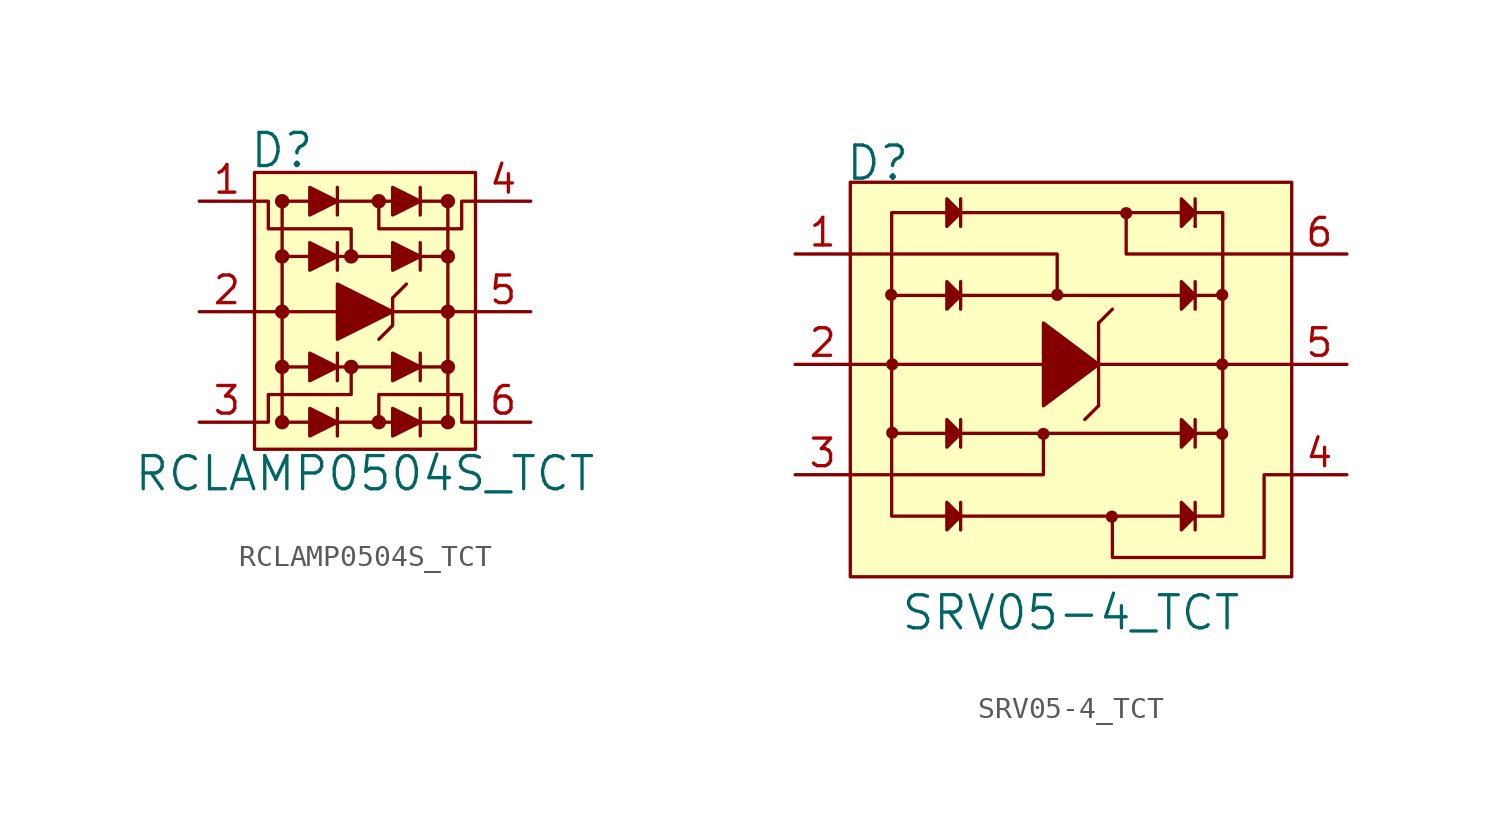
<source format=kicad_sym>
(kicad_symbol_lib
  (version 20220914)
  (generator kicad_symbol_editor)
  (symbol "RCLAMP0504S_TCT"
    (pin_names
      (offset 1.016))
    (property "Reference" "D"
      (at -5.334 7.417 0)
      (effects (font (size 1.524 1.524)) (justify left)))
    (property "Value" "RCLAMP0504S_TCT"
      (at 0 -7.442 0)
      (effects (font (size 1.524 1.524))))
    (symbol "RCLAMP0504S_TCT_0_1"
      (rectangle (start -5.08 6.401) (end 5.08 -6.325) (stroke (width 0) (type default)) (fill (type background)))
      (circle (center -3.81 -5.08) (radius 0.254) (stroke (width 0) (type default)) (fill (type outline)))
      (circle (center -3.81 -2.54) (radius 0.254) (stroke (width 0) (type default)) (fill (type outline)))
      (circle (center -3.81 0) (radius 0.254) (stroke (width 0) (type default)) (fill (type outline)))
      (circle (center -3.81 2.54) (radius 0.254) (stroke (width 0) (type default)) (fill (type outline)))
      (circle (center -3.81 5.08) (radius 0.254) (stroke (width 0) (type default)) (fill (type outline)))
      (circle (center -0.635 -2.54) (radius 0.254) (stroke (width 0) (type default)) (fill (type outline)))
      (circle (center -0.635 2.54) (radius 0.254) (stroke (width 0) (type default)) (fill (type outline)))
      (polyline (pts (xy -1.27 -5.08) (xy 1.27 -5.08)) (stroke (width 0) (type default)) (fill (type none)))
      (polyline (pts (xy -1.27 -4.445) (xy -1.27 -5.715)) (stroke (width 0) (type default)) (fill (type none)))
      (polyline (pts (xy -1.27 -2.54) (xy 1.27 -2.54)) (stroke (width 0) (type default)) (fill (type none)))
      (polyline (pts (xy -1.27 -1.905) (xy -1.27 -3.175)) (stroke (width 0) (type default)) (fill (type none)))
      (polyline (pts (xy -1.27 0) (xy -5.08 0)) (stroke (width 0) (type default)) (fill (type none)))
      (polyline (pts (xy -1.27 2.54) (xy 1.27 2.54)) (stroke (width 0) (type default)) (fill (type none)))
      (polyline (pts (xy -1.27 3.175) (xy -1.27 1.905)) (stroke (width 0) (type default)) (fill (type none)))
      (polyline (pts (xy -1.27 5.08) (xy 1.27 5.08)) (stroke (width 0) (type default)) (fill (type none)))
      (polyline (pts (xy -1.27 5.715) (xy -1.27 4.445)) (stroke (width 0) (type default)) (fill (type none)))
      (polyline (pts (xy 1.27 0) (xy 5.08 0)) (stroke (width 0) (type default)) (fill (type none)))
      (polyline (pts (xy 2.54 -4.445) (xy 2.54 -5.715)) (stroke (width 0) (type default)) (fill (type none)))
      (polyline (pts (xy 2.54 -1.905) (xy 2.54 -3.175)) (stroke (width 0) (type default)) (fill (type none)))
      (polyline (pts (xy 2.54 3.175) (xy 2.54 1.905)) (stroke (width 0) (type default)) (fill (type none)))
      (polyline (pts (xy 2.54 5.715) (xy 2.54 4.445)) (stroke (width 0) (type default)) (fill (type none)))
      (polyline (pts (xy -3.81 -2.54) (xy -3.81 -5.08) (xy -2.54 -5.08)) (stroke (width 0) (type default)) (fill (type none)))
      (polyline (pts (xy -3.81 2.54) (xy -3.81 -2.54) (xy -2.54 -2.54)) (stroke (width 0) (type default)) (fill (type none)))
      (polyline (pts (xy 3.81 -2.54) (xy 3.81 -5.08) (xy 2.54 -5.08)) (stroke (width 0) (type default)) (fill (type none)))
      (polyline (pts (xy 3.81 2.54) (xy 3.81 -2.54) (xy 2.54 -2.54)) (stroke (width 0) (type default)) (fill (type none)))
      (polyline (pts (xy -2.54 -4.445) (xy -2.54 -5.715) (xy -1.27 -5.08) (xy -2.54 -4.445)) (stroke (width 0) (type default)) (fill (type outline)))
      (polyline (pts (xy -2.54 -1.905) (xy -2.54 -3.175) (xy -1.27 -2.54) (xy -2.54 -1.905)) (stroke (width 0) (type default)) (fill (type outline)))
      (polyline (pts (xy -2.54 3.175) (xy -2.54 1.905) (xy -1.27 2.54) (xy -2.54 3.175)) (stroke (width 0) (type default)) (fill (type outline)))
      (polyline (pts (xy -2.54 5.08) (xy -3.81 5.08) (xy -3.81 2.54) (xy -2.54 2.54)) (stroke (width 0) (type default)) (fill (type none)))
      (polyline (pts (xy -2.54 5.715) (xy -2.54 4.445) (xy -1.27 5.08) (xy -2.54 5.715)) (stroke (width 0) (type default)) (fill (type outline)))
      (polyline (pts (xy -1.27 1.27) (xy -1.27 -1.27) (xy 1.27 0) (xy -1.27 1.27)) (stroke (width 0) (type default)) (fill (type outline)))
      (polyline (pts (xy 1.27 -4.445) (xy 1.27 -5.715) (xy 2.54 -5.08) (xy 1.27 -4.445)) (stroke (width 0) (type default)) (fill (type outline)))
      (polyline (pts (xy 1.27 -1.905) (xy 1.27 -3.175) (xy 2.54 -2.54) (xy 1.27 -1.905)) (stroke (width 0) (type default)) (fill (type outline)))
      (polyline (pts (xy 1.27 3.175) (xy 1.27 1.905) (xy 2.54 2.54) (xy 1.27 3.175)) (stroke (width 0) (type default)) (fill (type outline)))
      (polyline (pts (xy 1.27 5.715) (xy 1.27 4.445) (xy 2.54 5.08) (xy 1.27 5.715)) (stroke (width 0) (type default)) (fill (type outline)))
      (polyline (pts (xy 1.905 1.27) (xy 1.27 0.635) (xy 1.27 -0.635) (xy 0.635 -1.27)) (stroke (width 0) (type default)) (fill (type none)))
      (polyline (pts (xy 2.54 5.08) (xy 3.81 5.08) (xy 3.81 2.54) (xy 2.54 2.54)) (stroke (width 0) (type default)) (fill (type none)))
      (polyline (pts (xy -5.08 5.08) (xy -4.445 5.08) (xy -4.445 3.81) (xy -0.635 3.81) (xy -0.635 2.54)) (stroke (width 0) (type default)) (fill (type none)))
      (polyline (pts (xy -0.635 -2.54) (xy -0.635 -3.81) (xy -4.445 -3.81) (xy -4.445 -5.08) (xy -5.08 -5.08)) (stroke (width 0) (type default)) (fill (type none)))
      (polyline (pts (xy 0.635 -5.08) (xy 0.635 -3.81) (xy 4.445 -3.81) (xy 4.445 -5.08) (xy 5.08 -5.08)) (stroke (width 0) (type default)) (fill (type none)))
      (polyline (pts (xy 0.635 5.08) (xy 0.635 3.81) (xy 4.445 3.81) (xy 4.445 5.08) (xy 5.08 5.08)) (stroke (width 0) (type default)) (fill (type none)))
      (circle (center 0.635 -5.08) (radius 0.254) (stroke (width 0) (type default)) (fill (type outline)))
      (circle (center 0.635 5.08) (radius 0.254) (stroke (width 0) (type default)) (fill (type outline)))
      (circle (center 3.81 -5.08) (radius 0.254) (stroke (width 0) (type default)) (fill (type outline)))
      (circle (center 3.81 -2.54) (radius 0.254) (stroke (width 0) (type default)) (fill (type outline)))
      (circle (center 3.81 0) (radius 0.254) (stroke (width 0) (type default)) (fill (type outline)))
      (circle (center 3.81 2.54) (radius 0.254) (stroke (width 0) (type default)) (fill (type outline)))
      (circle (center 3.81 5.08) (radius 0.254) (stroke (width 0) (type default)) (fill (type outline))))
    (symbol "RCLAMP0504S_TCT_1_1"
      (pin input line (at -7.62 5.08 0) (length 2.54) (name "~" (effects (font (size 1.27 1.27)))) (number "1" (effects (font (size 1.27 1.27)))))
      (pin input line (at -7.62 0 0) (length 2.54) (name "~" (effects (font (size 1.27 1.27)))) (number "2" (effects (font (size 1.27 1.27)))))
      (pin input line (at -7.62 -5.08 0) (length 2.54) (name "~" (effects (font (size 1.27 1.27)))) (number "3" (effects (font (size 1.27 1.27)))))
      (pin output line (at 7.62 5.08 180) (length 2.54) (name "~" (effects (font (size 1.27 1.27)))) (number "4" (effects (font (size 1.27 1.27)))))
      (pin output line (at 7.62 0 180) (length 2.54) (name "~" (effects (font (size 1.27 1.27)))) (number "5" (effects (font (size 1.27 1.27)))))
      (pin output line (at 7.62 -5.08 180) (length 2.54) (name "~" (effects (font (size 1.27 1.27)))) (number "6" (effects (font (size 1.27 1.27)))))))
  (symbol "SRV05-4_TCT"
    (pin_names
      (offset 1.016))
    (property "Reference" "D"
      (at -10.414 9.271 0)
      (effects (font (size 1.524 1.524)) (justify left)))
    (property "Value" "SRV05-4_TCT"
      (at 0 -11.43 0)
      (effects (font (size 1.524 1.524))))
    (symbol "SRV05-4_TCT_0_1"
      (rectangle (start -10.16 8.382) (end 10.16 -9.779) (stroke (width 0) (type default)) (fill (type background)))
      (circle (center -8.28 3.2) (radius 0.203) (stroke (width 0) (type default)) (fill (type outline)))
      (circle (center -8.23 -3.15) (radius 0.203) (stroke (width 0) (type default)) (fill (type outline)))
      (circle (center -8.23 0) (radius 0.203) (stroke (width 0) (type default)) (fill (type outline)))
      (circle (center -1.27 -3.2) (radius 0.203) (stroke (width 0) (type default)) (fill (type outline)))
      (circle (center -0.635 3.2) (radius 0.203) (stroke (width 0) (type default)) (fill (type outline)))
      (polyline (pts (xy -5.715 -3.175) (xy -8.255 -3.175)) (stroke (width 0) (type default)) (fill (type none)))
      (polyline (pts (xy -5.715 3.175) (xy -8.255 3.175)) (stroke (width 0) (type default)) (fill (type none)))
      (polyline (pts (xy -5.08 -6.985) (xy 5.08 -6.985)) (stroke (width 0) (type default)) (fill (type none)))
      (polyline (pts (xy -5.08 -6.35) (xy -5.08 -7.62)) (stroke (width 0) (type default)) (fill (type none)))
      (polyline (pts (xy -5.08 -3.175) (xy 5.08 -3.175)) (stroke (width 0) (type default)) (fill (type none)))
      (polyline (pts (xy -5.08 -2.54) (xy -5.08 -3.81)) (stroke (width 0) (type default)) (fill (type none)))
      (polyline (pts (xy -5.08 3.175) (xy 5.08 3.175)) (stroke (width 0) (type default)) (fill (type none)))
      (polyline (pts (xy -5.08 3.81) (xy -5.08 2.54)) (stroke (width 0) (type default)) (fill (type none)))
      (polyline (pts (xy -5.08 6.985) (xy 5.08 6.985)) (stroke (width 0) (type default)) (fill (type none)))
      (polyline (pts (xy -5.08 7.62) (xy -5.08 6.35)) (stroke (width 0) (type default)) (fill (type none)))
      (polyline (pts (xy 1.27 -1.905) (xy 0.635 -2.54)) (stroke (width 0) (type default)) (fill (type none)))
      (polyline (pts (xy 1.27 1.905) (xy 1.27 -1.905)) (stroke (width 0) (type default)) (fill (type none)))
      (polyline (pts (xy 1.27 1.905) (xy 1.905 2.54)) (stroke (width 0) (type default)) (fill (type none)))
      (polyline (pts (xy 5.715 -6.35) (xy 5.715 -7.62)) (stroke (width 0) (type default)) (fill (type none)))
      (polyline (pts (xy 5.715 -3.175) (xy 6.985 -3.175)) (stroke (width 0) (type default)) (fill (type none)))
      (polyline (pts (xy 5.715 -2.54) (xy 5.715 -3.81)) (stroke (width 0) (type default)) (fill (type none)))
      (polyline (pts (xy 5.715 3.175) (xy 6.985 3.175)) (stroke (width 0) (type default)) (fill (type none)))
      (polyline (pts (xy 5.715 3.81) (xy 5.715 2.54)) (stroke (width 0) (type default)) (fill (type none)))
      (polyline (pts (xy 5.715 6.35) (xy 5.715 6.35)) (stroke (width 0) (type default)) (fill (type none)))
      (polyline (pts (xy 5.715 7.62) (xy 5.715 6.35)) (stroke (width 0) (type default)) (fill (type none)))
      (polyline (pts (xy 6.985 0) (xy 1.27 0)) (stroke (width 0) (type default)) (fill (type none)))
      (polyline (pts (xy 6.985 3.175) (xy 6.985 3.175)) (stroke (width 0) (type default)) (fill (type none)))
      (polyline (pts (xy 10.16 0) (xy 6.985 0)) (stroke (width 0) (type default)) (fill (type none)))
      (polyline (pts (xy -10.16 -5.08) (xy -1.27 -5.08) (xy -1.27 -3.175)) (stroke (width 0) (type default)) (fill (type none)))
      (polyline (pts (xy -10.16 0) (xy -8.255 0) (xy -1.27 0)) (stroke (width 0) (type default)) (fill (type none)))
      (polyline (pts (xy -10.16 5.08) (xy -0.635 5.08) (xy -0.635 3.175)) (stroke (width 0) (type default)) (fill (type none)))
      (polyline (pts (xy 10.16 5.08) (xy 2.54 5.08) (xy 2.54 6.985)) (stroke (width 0) (type default)) (fill (type none)))
      (polyline (pts (xy -5.715 -6.35) (xy -5.715 -7.62) (xy -5.08 -6.985) (xy -5.715 -6.35)) (stroke (width 0) (type default)) (fill (type outline)))
      (polyline (pts (xy -5.715 -2.54) (xy -5.715 -3.81) (xy -5.08 -3.175) (xy -5.715 -2.54)) (stroke (width 0) (type default)) (fill (type outline)))
      (polyline (pts (xy -5.715 3.81) (xy -5.715 2.54) (xy -5.08 3.175) (xy -5.715 3.81)) (stroke (width 0) (type default)) (fill (type outline)))
      (polyline (pts (xy -5.715 6.985) (xy -8.255 6.985) (xy -8.255 -6.985) (xy -5.715 -6.985)) (stroke (width 0) (type default)) (fill (type none)))
      (polyline (pts (xy -5.715 7.62) (xy -5.715 6.35) (xy -5.08 6.985) (xy -5.715 7.62)) (stroke (width 0) (type default)) (fill (type outline)))
      (polyline (pts (xy -1.27 1.905) (xy -1.27 -1.905) (xy 1.27 0) (xy -1.27 1.905)) (stroke (width 0) (type default)) (fill (type outline)))
      (polyline (pts (xy 5.08 -6.35) (xy 5.08 -7.62) (xy 5.715 -6.985) (xy 5.08 -6.35)) (stroke (width 0) (type default)) (fill (type outline)))
      (polyline (pts (xy 5.08 -2.54) (xy 5.08 -3.81) (xy 5.715 -3.175) (xy 5.08 -2.54)) (stroke (width 0) (type default)) (fill (type outline)))
      (polyline (pts (xy 5.08 3.81) (xy 5.08 2.54) (xy 5.715 3.175) (xy 5.08 3.81)) (stroke (width 0) (type default)) (fill (type outline)))
      (polyline (pts (xy 5.08 7.62) (xy 5.08 6.35) (xy 5.715 6.985) (xy 5.08 7.62)) (stroke (width 0) (type default)) (fill (type outline)))
      (polyline (pts (xy 5.715 6.985) (xy 6.985 6.985) (xy 6.985 -6.985) (xy 5.715 -6.985)) (stroke (width 0) (type default)) (fill (type none)))
      (polyline (pts (xy 10.16 -5.08) (xy 8.89 -5.08) (xy 8.89 -8.89) (xy 1.905 -8.89) (xy 1.905 -6.985)) (stroke (width 0) (type default)) (fill (type none)))
      (circle (center 1.88 -7.01) (radius 0.203) (stroke (width 0) (type default)) (fill (type outline)))
      (circle (center 2.54 6.96) (radius 0.203) (stroke (width 0) (type default)) (fill (type outline)))
      (circle (center 6.96 -3.2) (radius 0.203) (stroke (width 0) (type default)) (fill (type outline)))
      (circle (center 6.96 0) (radius 0.203) (stroke (width 0) (type default)) (fill (type outline)))
      (circle (center 6.96 3.2) (radius 0.203) (stroke (width 0) (type default)) (fill (type outline))))
    (symbol "SRV05-4_TCT_1_1"
      (pin passive line (at -12.7 5.08 0) (length 2.54) (name "~" (effects (font (size 1.27 1.27)))) (number "1" (effects (font (size 1.27 1.27)))))
      (pin passive line (at -12.7 0 0) (length 2.54) (name "~" (effects (font (size 1.27 1.27)))) (number "2" (effects (font (size 1.27 1.27)))))
      (pin passive line (at -12.7 -5.08 0) (length 2.54) (name "~" (effects (font (size 1.27 1.27)))) (number "3" (effects (font (size 1.27 1.27)))))
      (pin passive line (at 12.7 -5.08 180) (length 2.54) (name "~" (effects (font (size 1.27 1.27)))) (number "4" (effects (font (size 1.27 1.27)))))
      (pin passive line (at 12.7 0 180) (length 2.54) (name "~" (effects (font (size 1.27 1.27)))) (number "5" (effects (font (size 1.27 1.27)))))
      (pin passive line (at 12.7 5.08 180) (length 2.54) (name "~" (effects (font (size 1.27 1.27)))) (number "6" (effects (font (size 1.27 1.27))))))))
</source>
